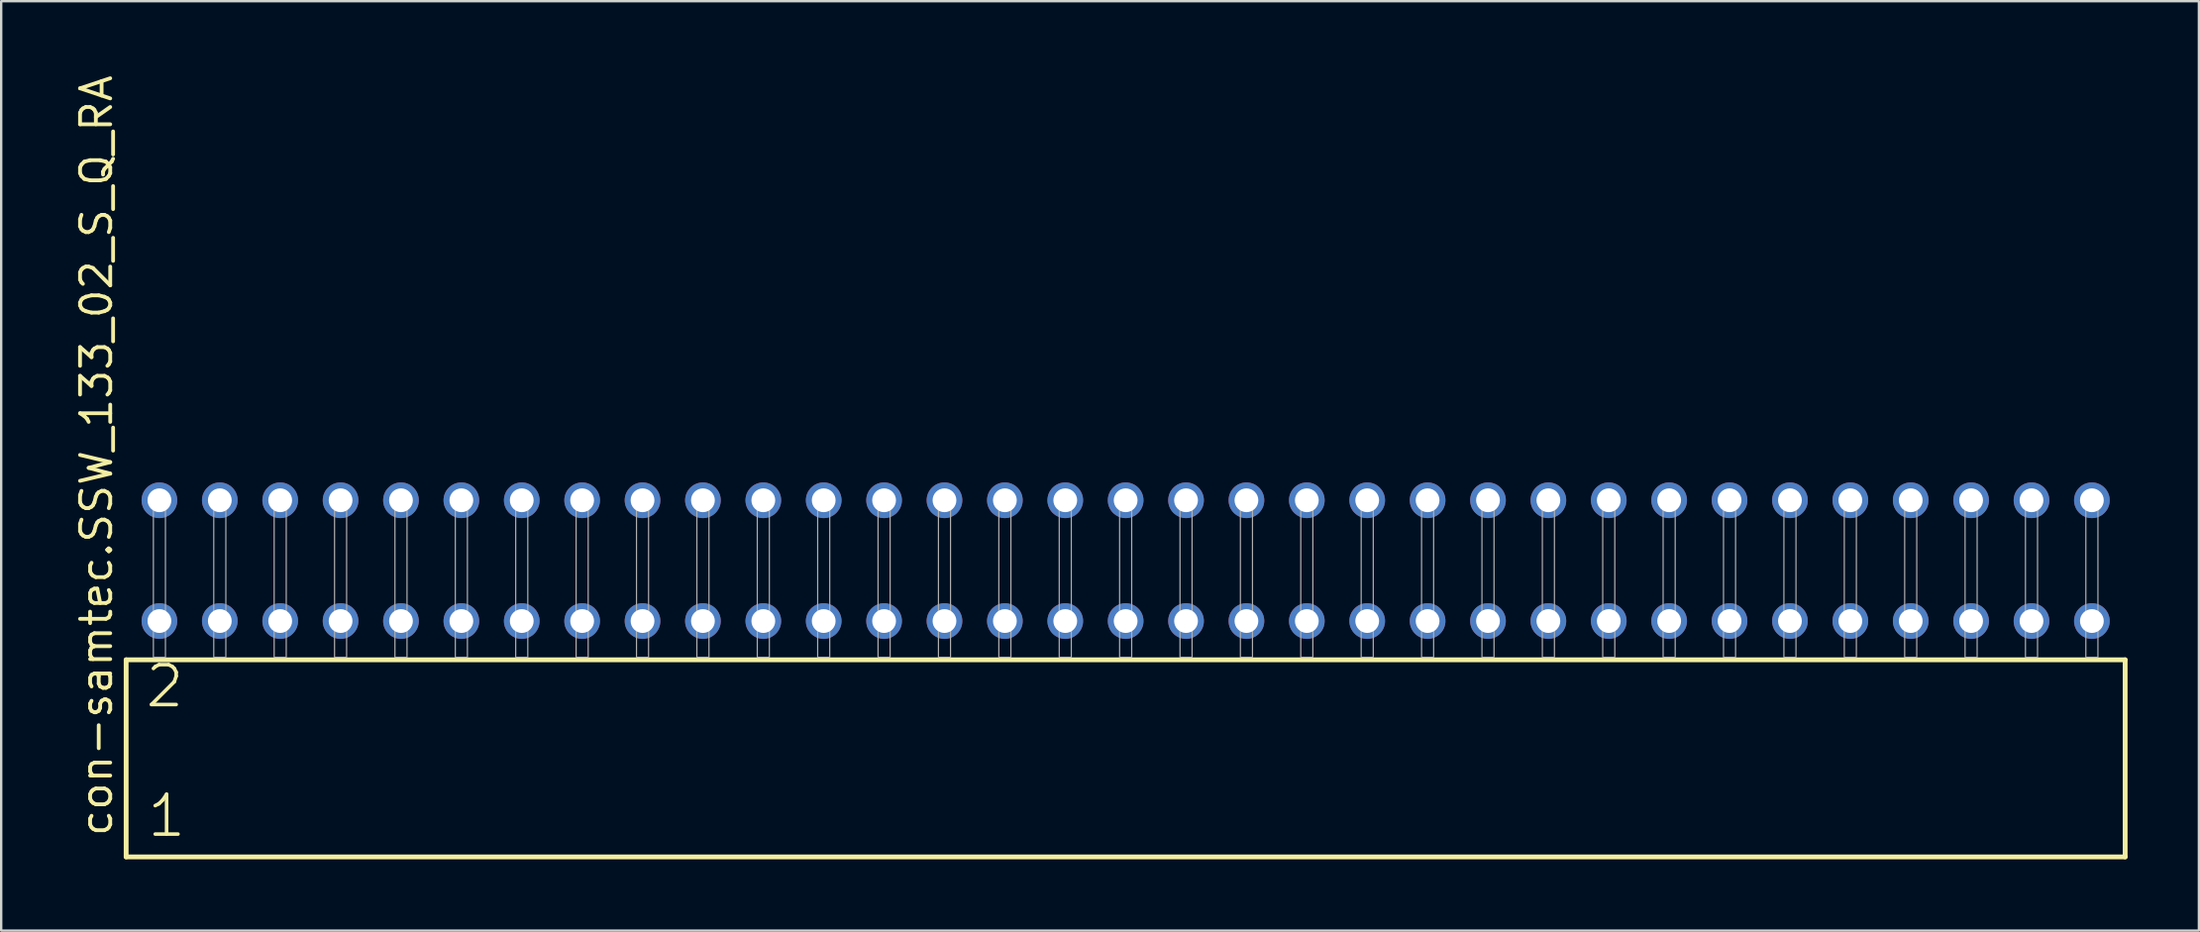
<source format=kicad_pcb>
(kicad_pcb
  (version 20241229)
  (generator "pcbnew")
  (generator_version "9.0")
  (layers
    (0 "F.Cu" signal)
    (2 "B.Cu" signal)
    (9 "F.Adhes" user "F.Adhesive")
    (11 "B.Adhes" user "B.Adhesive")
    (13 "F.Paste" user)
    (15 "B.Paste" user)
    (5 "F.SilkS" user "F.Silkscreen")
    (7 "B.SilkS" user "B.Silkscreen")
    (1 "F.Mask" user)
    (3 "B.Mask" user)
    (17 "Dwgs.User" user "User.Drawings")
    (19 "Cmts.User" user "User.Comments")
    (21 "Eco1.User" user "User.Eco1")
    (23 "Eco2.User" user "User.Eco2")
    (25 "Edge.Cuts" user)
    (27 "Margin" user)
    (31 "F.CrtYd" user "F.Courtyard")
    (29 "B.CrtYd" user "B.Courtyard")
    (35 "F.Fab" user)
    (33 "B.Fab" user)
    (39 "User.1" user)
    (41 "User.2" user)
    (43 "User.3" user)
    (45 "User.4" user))
  (footprint "con-samtec.SSW_133_02_S_Q_RA"
    (layer "F.Cu")
    (at 44.295 24.598)
    (property "Reference" "con-samtec.SSW_133_02_S_Q_RA" (at -42.545 7.62 90) (layer "F.SilkS") (effects (font (size 1.27 1.27) (thickness 0.16)) (justify left bottom)))
    (attr through_hole)
    (fp_line (start -42.039 0.106) (end -42.039 8.396) (stroke (width 0.203) (type default)) (layer "F.SilkS"))
    (fp_line (start -42.039 8.396) (end 42.039 8.396) (stroke (width 0.203) (type default)) (layer "F.SilkS"))
    (fp_line (start 42.039 0.106) (end -42.039 0.106) (stroke (width 0.203) (type default)) (layer "F.SilkS"))
    (fp_line (start 42.039 8.396) (end 42.039 0.106) (stroke (width 0.203) (type default)) (layer "F.SilkS"))
    (fp_rect (start -40.894 0) (end -40.386 -6.858) (stroke (width 0.05) (type default)) (fill no) (layer "F.Fab"))
    (fp_rect (start -38.354 0) (end -37.846 -6.858) (stroke (width 0.05) (type default)) (fill no) (layer "F.Fab"))
    (fp_rect (start -35.814 0) (end -35.306 -6.858) (stroke (width 0.05) (type default)) (fill no) (layer "F.Fab"))
    (fp_rect (start -33.274 0) (end -32.766 -6.858) (stroke (width 0.05) (type default)) (fill no) (layer "F.Fab"))
    (fp_rect (start -30.734 0) (end -30.226 -6.858) (stroke (width 0.05) (type default)) (fill no) (layer "F.Fab"))
    (fp_rect (start -28.194 0) (end -27.686 -6.858) (stroke (width 0.05) (type default)) (fill no) (layer "F.Fab"))
    (fp_rect (start -25.654 0) (end -25.146 -6.858) (stroke (width 0.05) (type default)) (fill no) (layer "F.Fab"))
    (fp_rect (start -23.114 0) (end -22.606 -6.858) (stroke (width 0.05) (type default)) (fill no) (layer "F.Fab"))
    (fp_rect (start -20.574 0) (end -20.066 -6.858) (stroke (width 0.05) (type default)) (fill no) (layer "F.Fab"))
    (fp_rect (start -18.034 0) (end -17.526 -6.858) (stroke (width 0.05) (type default)) (fill no) (layer "F.Fab"))
    (fp_rect (start -15.494 0) (end -14.986 -6.858) (stroke (width 0.05) (type default)) (fill no) (layer "F.Fab"))
    (fp_rect (start -12.954 0) (end -12.446 -6.858) (stroke (width 0.05) (type default)) (fill no) (layer "F.Fab"))
    (fp_rect (start -10.414 0) (end -9.906 -6.858) (stroke (width 0.05) (type default)) (fill no) (layer "F.Fab"))
    (fp_rect (start -7.874 0) (end -7.366 -6.858) (stroke (width 0.05) (type default)) (fill no) (layer "F.Fab"))
    (fp_rect (start -5.334 0) (end -4.826 -6.858) (stroke (width 0.05) (type default)) (fill no) (layer "F.Fab"))
    (fp_rect (start -2.794 0) (end -2.286 -6.858) (stroke (width 0.05) (type default)) (fill no) (layer "F.Fab"))
    (fp_rect (start -0.254 0) (end 0.254 -6.858) (stroke (width 0.05) (type default)) (fill no) (layer "F.Fab"))
    (fp_rect (start 2.286 0) (end 2.794 -6.858) (stroke (width 0.05) (type default)) (fill no) (layer "F.Fab"))
    (fp_rect (start 4.826 0) (end 5.334 -6.858) (stroke (width 0.05) (type default)) (fill no) (layer "F.Fab"))
    (fp_rect (start 7.366 0) (end 7.874 -6.858) (stroke (width 0.05) (type default)) (fill no) (layer "F.Fab"))
    (fp_rect (start 9.906 0) (end 10.414 -6.858) (stroke (width 0.05) (type default)) (fill no) (layer "F.Fab"))
    (fp_rect (start 12.446 0) (end 12.954 -6.858) (stroke (width 0.05) (type default)) (fill no) (layer "F.Fab"))
    (fp_rect (start 14.986 0) (end 15.494 -6.858) (stroke (width 0.05) (type default)) (fill no) (layer "F.Fab"))
    (fp_rect (start 17.526 0) (end 18.034 -6.858) (stroke (width 0.05) (type default)) (fill no) (layer "F.Fab"))
    (fp_rect (start 20.066 0) (end 20.574 -6.858) (stroke (width 0.05) (type default)) (fill no) (layer "F.Fab"))
    (fp_rect (start 22.606 0) (end 23.114 -6.858) (stroke (width 0.05) (type default)) (fill no) (layer "F.Fab"))
    (fp_rect (start 25.146 0) (end 25.654 -6.858) (stroke (width 0.05) (type default)) (fill no) (layer "F.Fab"))
    (fp_rect (start 27.686 0) (end 28.194 -6.858) (stroke (width 0.05) (type default)) (fill no) (layer "F.Fab"))
    (fp_rect (start 30.226 0) (end 30.734 -6.858) (stroke (width 0.05) (type default)) (fill no) (layer "F.Fab"))
    (fp_rect (start 32.766 0) (end 33.274 -6.858) (stroke (width 0.05) (type default)) (fill no) (layer "F.Fab"))
    (fp_rect (start 35.306 0) (end 35.814 -6.858) (stroke (width 0.05) (type default)) (fill no) (layer "F.Fab"))
    (fp_rect (start 37.846 0) (end 38.354 -6.858) (stroke (width 0.05) (type default)) (fill no) (layer "F.Fab"))
    (fp_rect (start 40.386 0) (end 40.894 -6.858) (stroke (width 0.05) (type default)) (fill no) (layer "F.Fab"))
    (fp_text user "1" (at -41.235 7.65 0) (layer "F.SilkS") (effects (font (size 1.676 1.676) (thickness 0.15)) (justify left bottom)))
    (fp_text user "2" (at -41.31 2.2 0) (layer "F.SilkS") (effects (font (size 1.676 1.676) (thickness 0.15)) (justify left bottom)))
    (pad "1" thru_hole circle (at -40.64 -1.524) (size 1.5 1.5) (drill 1) (layers "*.Cu" "*.Mask"))
    (pad "2" thru_hole circle (at -40.64 -6.604) (size 1.5 1.5) (drill 1) (layers "*.Cu" "*.Mask"))
    (pad "3" thru_hole circle (at -38.1 -1.524) (size 1.5 1.5) (drill 1) (layers "*.Cu" "*.Mask"))
    (pad "4" thru_hole circle (at -38.1 -6.604) (size 1.5 1.5) (drill 1) (layers "*.Cu" "*.Mask"))
    (pad "5" thru_hole circle (at -35.56 -1.524) (size 1.5 1.5) (drill 1) (layers "*.Cu" "*.Mask"))
    (pad "6" thru_hole circle (at -35.56 -6.604) (size 1.5 1.5) (drill 1) (layers "*.Cu" "*.Mask"))
    (pad "7" thru_hole circle (at -33.02 -1.524) (size 1.5 1.5) (drill 1) (layers "*.Cu" "*.Mask"))
    (pad "8" thru_hole circle (at -33.02 -6.604) (size 1.5 1.5) (drill 1) (layers "*.Cu" "*.Mask"))
    (pad "9" thru_hole circle (at -30.48 -1.524) (size 1.5 1.5) (drill 1) (layers "*.Cu" "*.Mask"))
    (pad "10" thru_hole circle (at -30.48 -6.604) (size 1.5 1.5) (drill 1) (layers "*.Cu" "*.Mask"))
    (pad "11" thru_hole circle (at -27.94 -1.524) (size 1.5 1.5) (drill 1) (layers "*.Cu" "*.Mask"))
    (pad "12" thru_hole circle (at -27.94 -6.604) (size 1.5 1.5) (drill 1) (layers "*.Cu" "*.Mask"))
    (pad "13" thru_hole circle (at -25.4 -1.524) (size 1.5 1.5) (drill 1) (layers "*.Cu" "*.Mask"))
    (pad "14" thru_hole circle (at -25.4 -6.604) (size 1.5 1.5) (drill 1) (layers "*.Cu" "*.Mask"))
    (pad "15" thru_hole circle (at -22.86 -1.524) (size 1.5 1.5) (drill 1) (layers "*.Cu" "*.Mask"))
    (pad "16" thru_hole circle (at -22.86 -6.604) (size 1.5 1.5) (drill 1) (layers "*.Cu" "*.Mask"))
    (pad "17" thru_hole circle (at -20.32 -1.524) (size 1.5 1.5) (drill 1) (layers "*.Cu" "*.Mask"))
    (pad "18" thru_hole circle (at -20.32 -6.604) (size 1.5 1.5) (drill 1) (layers "*.Cu" "*.Mask"))
    (pad "19" thru_hole circle (at -17.78 -1.524) (size 1.5 1.5) (drill 1) (layers "*.Cu" "*.Mask"))
    (pad "20" thru_hole circle (at -17.78 -6.604) (size 1.5 1.5) (drill 1) (layers "*.Cu" "*.Mask"))
    (pad "21" thru_hole circle (at -15.24 -1.524) (size 1.5 1.5) (drill 1) (layers "*.Cu" "*.Mask"))
    (pad "22" thru_hole circle (at -15.24 -6.604) (size 1.5 1.5) (drill 1) (layers "*.Cu" "*.Mask"))
    (pad "23" thru_hole circle (at -12.7 -1.524) (size 1.5 1.5) (drill 1) (layers "*.Cu" "*.Mask"))
    (pad "24" thru_hole circle (at -12.7 -6.604) (size 1.5 1.5) (drill 1) (layers "*.Cu" "*.Mask"))
    (pad "25" thru_hole circle (at -10.16 -1.524) (size 1.5 1.5) (drill 1) (layers "*.Cu" "*.Mask"))
    (pad "26" thru_hole circle (at -10.16 -6.604) (size 1.5 1.5) (drill 1) (layers "*.Cu" "*.Mask"))
    (pad "27" thru_hole circle (at -7.62 -1.524) (size 1.5 1.5) (drill 1) (layers "*.Cu" "*.Mask"))
    (pad "28" thru_hole circle (at -7.62 -6.604) (size 1.5 1.5) (drill 1) (layers "*.Cu" "*.Mask"))
    (pad "29" thru_hole circle (at -5.08 -1.524) (size 1.5 1.5) (drill 1) (layers "*.Cu" "*.Mask"))
    (pad "30" thru_hole circle (at -5.08 -6.604) (size 1.5 1.5) (drill 1) (layers "*.Cu" "*.Mask"))
    (pad "31" thru_hole circle (at -2.54 -1.524) (size 1.5 1.5) (drill 1) (layers "*.Cu" "*.Mask"))
    (pad "32" thru_hole circle (at -2.54 -6.604) (size 1.5 1.5) (drill 1) (layers "*.Cu" "*.Mask"))
    (pad "33" thru_hole circle (at 0 -1.524) (size 1.5 1.5) (drill 1) (layers "*.Cu" "*.Mask"))
    (pad "34" thru_hole circle (at 0 -6.604) (size 1.5 1.5) (drill 1) (layers "*.Cu" "*.Mask"))
    (pad "35" thru_hole circle (at 2.54 -1.524) (size 1.5 1.5) (drill 1) (layers "*.Cu" "*.Mask"))
    (pad "36" thru_hole circle (at 2.54 -6.604) (size 1.5 1.5) (drill 1) (layers "*.Cu" "*.Mask"))
    (pad "37" thru_hole circle (at 5.08 -1.524) (size 1.5 1.5) (drill 1) (layers "*.Cu" "*.Mask"))
    (pad "38" thru_hole circle (at 5.08 -6.604) (size 1.5 1.5) (drill 1) (layers "*.Cu" "*.Mask"))
    (pad "39" thru_hole circle (at 7.62 -1.524) (size 1.5 1.5) (drill 1) (layers "*.Cu" "*.Mask"))
    (pad "40" thru_hole circle (at 7.62 -6.604) (size 1.5 1.5) (drill 1) (layers "*.Cu" "*.Mask"))
    (pad "41" thru_hole circle (at 10.16 -1.524) (size 1.5 1.5) (drill 1) (layers "*.Cu" "*.Mask"))
    (pad "42" thru_hole circle (at 10.16 -6.604) (size 1.5 1.5) (drill 1) (layers "*.Cu" "*.Mask"))
    (pad "43" thru_hole circle (at 12.7 -1.524) (size 1.5 1.5) (drill 1) (layers "*.Cu" "*.Mask"))
    (pad "44" thru_hole circle (at 12.7 -6.604) (size 1.5 1.5) (drill 1) (layers "*.Cu" "*.Mask"))
    (pad "45" thru_hole circle (at 15.24 -1.524) (size 1.5 1.5) (drill 1) (layers "*.Cu" "*.Mask"))
    (pad "46" thru_hole circle (at 15.24 -6.604) (size 1.5 1.5) (drill 1) (layers "*.Cu" "*.Mask"))
    (pad "47" thru_hole circle (at 17.78 -1.524) (size 1.5 1.5) (drill 1) (layers "*.Cu" "*.Mask"))
    (pad "48" thru_hole circle (at 17.78 -6.604) (size 1.5 1.5) (drill 1) (layers "*.Cu" "*.Mask"))
    (pad "49" thru_hole circle (at 20.32 -1.524) (size 1.5 1.5) (drill 1) (layers "*.Cu" "*.Mask"))
    (pad "50" thru_hole circle (at 20.32 -6.604) (size 1.5 1.5) (drill 1) (layers "*.Cu" "*.Mask"))
    (pad "51" thru_hole circle (at 22.86 -1.524) (size 1.5 1.5) (drill 1) (layers "*.Cu" "*.Mask"))
    (pad "52" thru_hole circle (at 22.86 -6.604) (size 1.5 1.5) (drill 1) (layers "*.Cu" "*.Mask"))
    (pad "53" thru_hole circle (at 25.4 -1.524) (size 1.5 1.5) (drill 1) (layers "*.Cu" "*.Mask"))
    (pad "54" thru_hole circle (at 25.4 -6.604) (size 1.5 1.5) (drill 1) (layers "*.Cu" "*.Mask"))
    (pad "55" thru_hole circle (at 27.94 -1.524) (size 1.5 1.5) (drill 1) (layers "*.Cu" "*.Mask"))
    (pad "56" thru_hole circle (at 27.94 -6.604) (size 1.5 1.5) (drill 1) (layers "*.Cu" "*.Mask"))
    (pad "57" thru_hole circle (at 30.48 -1.524) (size 1.5 1.5) (drill 1) (layers "*.Cu" "*.Mask"))
    (pad "58" thru_hole circle (at 30.48 -6.604) (size 1.5 1.5) (drill 1) (layers "*.Cu" "*.Mask"))
    (pad "59" thru_hole circle (at 33.02 -1.524) (size 1.5 1.5) (drill 1) (layers "*.Cu" "*.Mask"))
    (pad "60" thru_hole circle (at 33.02 -6.604) (size 1.5 1.5) (drill 1) (layers "*.Cu" "*.Mask"))
    (pad "61" thru_hole circle (at 35.56 -1.524) (size 1.5 1.5) (drill 1) (layers "*.Cu" "*.Mask"))
    (pad "62" thru_hole circle (at 35.56 -6.604) (size 1.5 1.5) (drill 1) (layers "*.Cu" "*.Mask"))
    (pad "63" thru_hole circle (at 38.1 -1.524) (size 1.5 1.5) (drill 1) (layers "*.Cu" "*.Mask"))
    (pad "64" thru_hole circle (at 38.1 -6.604) (size 1.5 1.5) (drill 1) (layers "*.Cu" "*.Mask"))
    (pad "65" thru_hole circle (at 40.64 -1.524) (size 1.5 1.5) (drill 1) (layers "*.Cu" "*.Mask"))
    (pad "66" thru_hole circle (at 40.64 -6.604) (size 1.5 1.5) (drill 1) (layers "*.Cu" "*.Mask")))
  (gr_rect
    (start -3 -3)
    (end 89.436 36.096)
    (stroke (width 0.1) (type default))
    (fill no)
    (layer "Edge.Cuts")))
</source>
